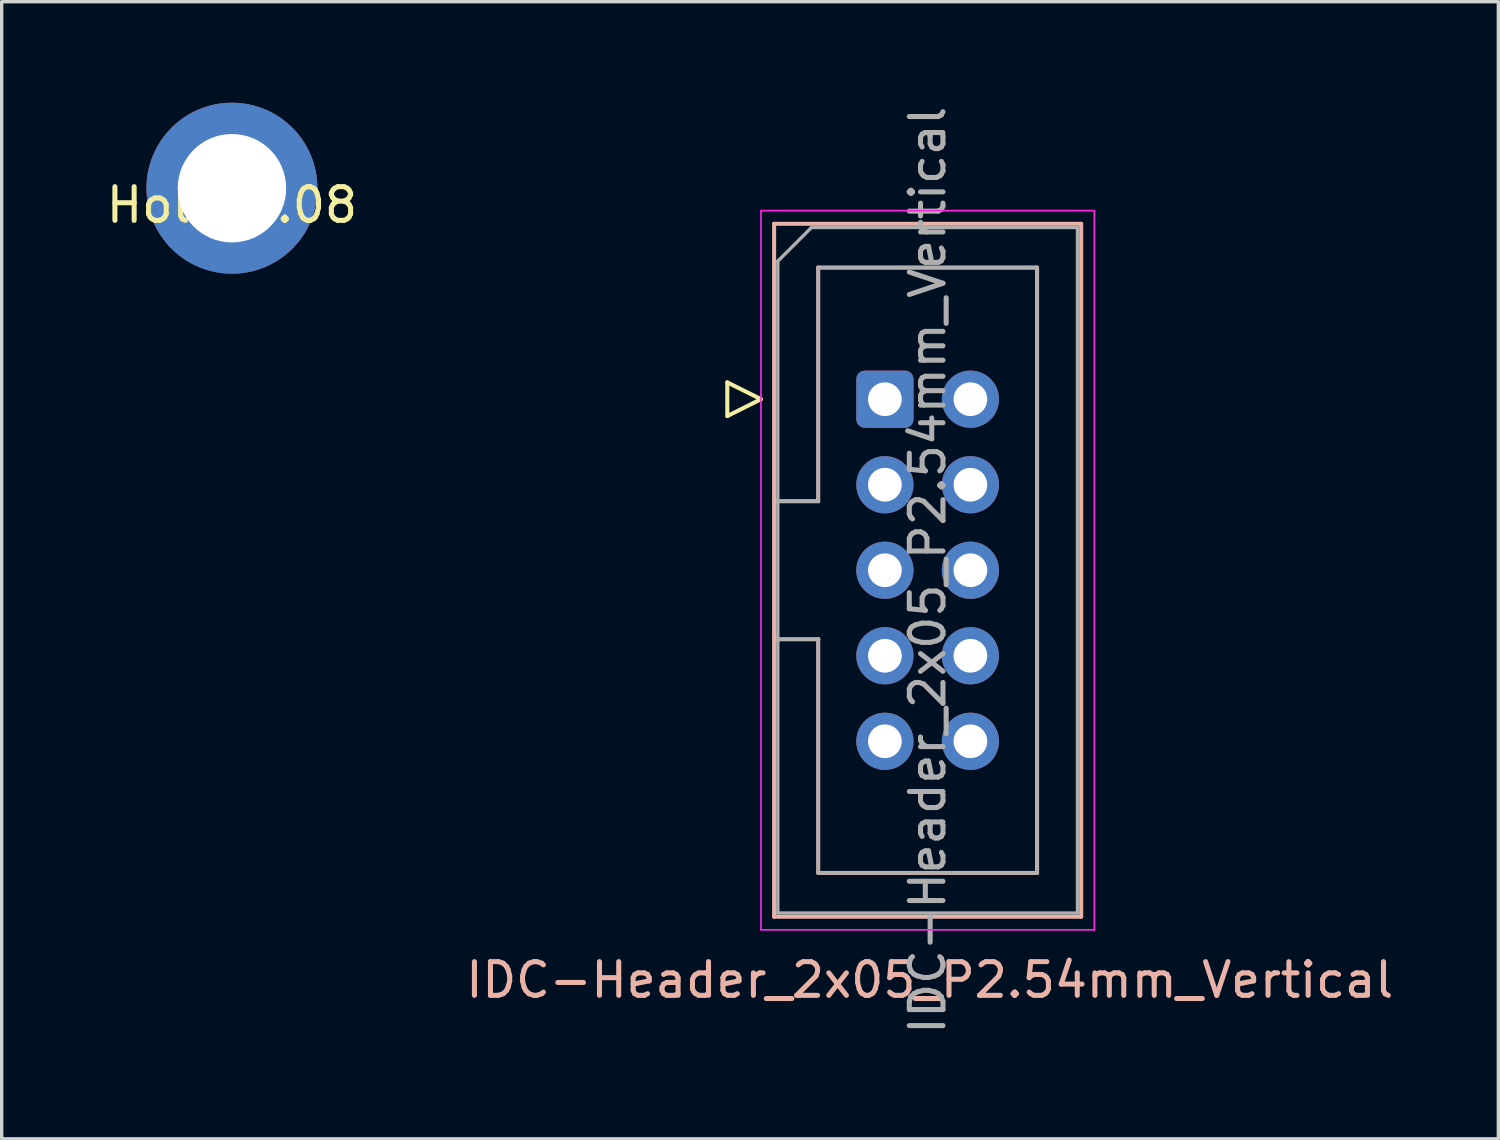
<source format=kicad_pcb>
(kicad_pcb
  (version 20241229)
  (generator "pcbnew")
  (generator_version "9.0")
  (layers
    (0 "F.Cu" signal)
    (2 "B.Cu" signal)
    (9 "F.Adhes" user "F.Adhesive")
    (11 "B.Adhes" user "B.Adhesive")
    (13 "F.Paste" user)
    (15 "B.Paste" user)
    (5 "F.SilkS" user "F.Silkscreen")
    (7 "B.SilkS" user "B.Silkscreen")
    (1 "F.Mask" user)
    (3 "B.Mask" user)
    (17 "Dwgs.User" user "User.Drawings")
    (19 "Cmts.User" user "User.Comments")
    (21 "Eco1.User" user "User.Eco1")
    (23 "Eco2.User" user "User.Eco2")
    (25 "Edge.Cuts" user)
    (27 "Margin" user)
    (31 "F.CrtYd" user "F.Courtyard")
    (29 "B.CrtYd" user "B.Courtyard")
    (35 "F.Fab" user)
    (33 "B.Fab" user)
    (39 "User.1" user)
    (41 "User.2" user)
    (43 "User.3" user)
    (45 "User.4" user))
  (footprint "Hole_5.08"
    (layer "F.Cu")
    (at 3.839 2.54)
    (property "Reference" "Hole_5.08" (at 0 0.5 0) (layer "F.SilkS") (effects (font (size 1 1) (thickness 0.15))))
    (attr through_hole)
    (pad "1" thru_hole circle (at 0 0) (size 5.08 5.08) (drill 3.22) (layers "*.Cu" "*.Mask")))
  (footprint "IDC-Header_2x05_P2.54mm_Vertical"
    (layer "F.Cu")
    (at 23.232 8.807)
    (property "Reference" "IDC-Header_2x05_P2.54mm_Vertical" (at 1.333 17.25 0) (layer "B.SilkS") (effects (font (size 1 1) (thickness 0.15))))
    (attr through_hole)
    (fp_line (start -4.68 -0.5) (end -4.68 0.5) (stroke (width 0.12) (type solid)) (layer "F.SilkS"))
    (fp_line (start -4.68 0.5) (end -3.68 0) (stroke (width 0.12) (type solid)) (layer "F.SilkS"))
    (fp_line (start -3.68 0) (end -4.68 -0.5) (stroke (width 0.12) (type solid)) (layer "F.SilkS"))
    (fp_line (start -1.98 7.13) (end -1.98 7.13) (stroke (width 0.12) (type solid)) (layer "F.SilkS"))
    (fp_line (start -3.29 -5.21) (end 5.83 -5.21) (stroke (width 0.12) (type solid)) (layer "B.SilkS"))
    (fp_line (start -3.29 3.03) (end -1.98 3.03) (stroke (width 0.12) (type solid)) (layer "B.SilkS"))
    (fp_line (start -3.29 15.37) (end -3.29 -5.21) (stroke (width 0.12) (type solid)) (layer "B.SilkS"))
    (fp_line (start -1.98 -3.91) (end 4.52 -3.91) (stroke (width 0.12) (type solid)) (layer "B.SilkS"))
    (fp_line (start -1.98 3.03) (end -1.98 -3.91) (stroke (width 0.12) (type solid)) (layer "B.SilkS"))
    (fp_line (start -1.98 7.13) (end -3.29 7.13) (stroke (width 0.12) (type solid)) (layer "B.SilkS"))
    (fp_line (start -1.98 14.07) (end -1.98 7.13) (stroke (width 0.12) (type solid)) (layer "B.SilkS"))
    (fp_line (start 4.52 -3.91) (end 4.52 14.07) (stroke (width 0.12) (type solid)) (layer "B.SilkS"))
    (fp_line (start 4.52 14.07) (end -1.98 14.07) (stroke (width 0.12) (type solid)) (layer "B.SilkS"))
    (fp_line (start 5.83 -5.21) (end 5.83 15.37) (stroke (width 0.12) (type solid)) (layer "B.SilkS"))
    (fp_line (start 5.83 15.37) (end -3.29 15.37) (stroke (width 0.12) (type solid)) (layer "B.SilkS"))
    (fp_line (start -3.68 -5.6) (end -3.68 15.76) (stroke (width 0.05) (type solid)) (layer "F.CrtYd"))
    (fp_line (start -3.68 15.76) (end 6.22 15.76) (stroke (width 0.05) (type solid)) (layer "F.CrtYd"))
    (fp_line (start 6.22 -5.6) (end -3.68 -5.6) (stroke (width 0.05) (type solid)) (layer "F.CrtYd"))
    (fp_line (start 6.22 15.76) (end 6.22 -5.6) (stroke (width 0.05) (type solid)) (layer "F.CrtYd"))
    (fp_line (start -3.18 -4.1) (end -2.18 -5.1) (stroke (width 0.1) (type solid)) (layer "F.Fab"))
    (fp_line (start -3.18 3.03) (end -1.98 3.03) (stroke (width 0.1) (type solid)) (layer "F.Fab"))
    (fp_line (start -3.18 15.26) (end -3.18 -4.1) (stroke (width 0.1) (type solid)) (layer "F.Fab"))
    (fp_line (start -2.18 -5.1) (end 5.72 -5.1) (stroke (width 0.1) (type solid)) (layer "F.Fab"))
    (fp_line (start -1.98 -3.91) (end 4.52 -3.91) (stroke (width 0.1) (type solid)) (layer "F.Fab"))
    (fp_line (start -1.98 3.03) (end -1.98 -3.91) (stroke (width 0.1) (type solid)) (layer "F.Fab"))
    (fp_line (start -1.98 7.13) (end -3.18 7.13) (stroke (width 0.1) (type solid)) (layer "F.Fab"))
    (fp_line (start -1.98 7.13) (end -1.98 7.13) (stroke (width 0.1) (type solid)) (layer "F.Fab"))
    (fp_line (start -1.98 14.07) (end -1.98 7.13) (stroke (width 0.1) (type solid)) (layer "F.Fab"))
    (fp_line (start 4.52 -3.91) (end 4.52 14.07) (stroke (width 0.1) (type solid)) (layer "F.Fab"))
    (fp_line (start 4.52 14.07) (end -1.98 14.07) (stroke (width 0.1) (type solid)) (layer "F.Fab"))
    (fp_line (start 5.72 -5.1) (end 5.72 15.26) (stroke (width 0.1) (type solid)) (layer "F.Fab"))
    (fp_line (start 5.72 15.26) (end -3.18 15.26) (stroke (width 0.1) (type solid)) (layer "F.Fab"))
    (fp_text user "${REFERENCE}" (at 1.27 5.08 90) (layer "F.Fab") (effects (font (size 1 1) (thickness 0.15))))
    (pad "1" thru_hole roundrect (at 0 0) (size 1.7 1.7) (drill 1) (layers "*.Cu" "*.Mask") (roundrect_rratio 0.147))
    (pad "2" thru_hole circle (at 2.54 0) (size 1.7 1.7) (drill 1) (layers "*.Cu" "*.Mask"))
    (pad "3" thru_hole circle (at 0 2.54) (size 1.7 1.7) (drill 1) (layers "*.Cu" "*.Mask"))
    (pad "4" thru_hole circle (at 2.54 2.54) (size 1.7 1.7) (drill 1) (layers "*.Cu" "*.Mask"))
    (pad "5" thru_hole circle (at 0 5.08) (size 1.7 1.7) (drill 1) (layers "*.Cu" "*.Mask"))
    (pad "6" thru_hole circle (at 2.54 5.08) (size 1.7 1.7) (drill 1) (layers "*.Cu" "*.Mask"))
    (pad "7" thru_hole circle (at 0 7.62) (size 1.7 1.7) (drill 1) (layers "*.Cu" "*.Mask"))
    (pad "8" thru_hole circle (at 2.54 7.62) (size 1.7 1.7) (drill 1) (layers "*.Cu" "*.Mask"))
    (pad "9" thru_hole circle (at 0 10.16) (size 1.7 1.7) (drill 1) (layers "*.Cu" "*.Mask"))
    (pad "10" thru_hole circle (at 2.54 10.16) (size 1.7 1.7) (drill 1) (layers "*.Cu" "*.Mask")))
  (gr_rect
    (start -3 -3)
    (end 41.452 30.774)
    (stroke (width 0.1) (type default))
    (fill no)
    (layer "Edge.Cuts")))
</source>
